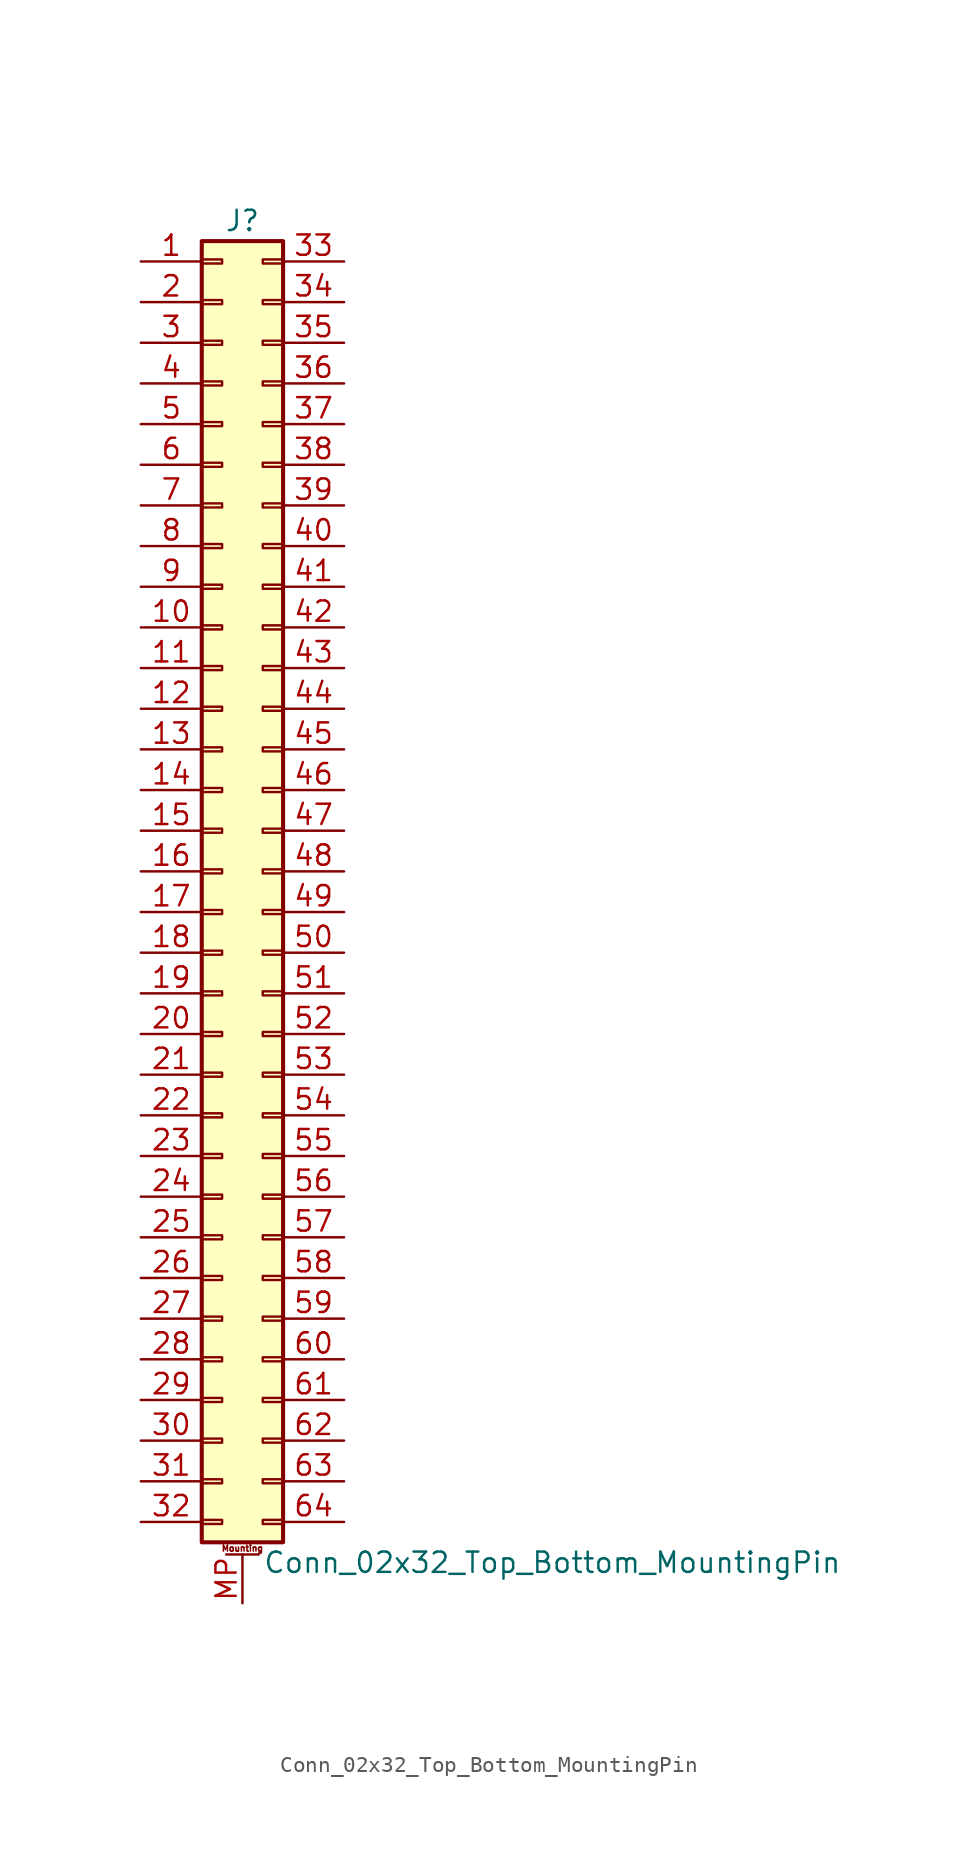
<source format=kicad_sym>
(kicad_symbol_lib
  (version 20201005)
  (generator kicad_symbol_editor)
  (symbol "Conn_02x32_Top_Bottom_MountingPin"
    (pin_names
      (offset 1.016) hide)
    (property "Reference" "J"
      (at 1.27 40.64 0)
      (effects (font (size 1.27 1.27))))
    (property "Value" "Conn_02x32_Top_Bottom_MountingPin"
      (at 2.54 -43.18 0)
      (effects (font (size 1.27 1.27)) (justify left)))
    (symbol "Conn_02x32_Top_Bottom_MountingPin_1_1"
      (text "Mounting" (at 1.27 -42.291 0) (effects (font (size 0.381 0.381))))
      (rectangle (start -1.27 -40.513) (end 0 -40.767) (stroke (width 0.152)) (fill (type none)))
      (rectangle (start -1.27 -37.973) (end 0 -38.227) (stroke (width 0.152)) (fill (type none)))
      (rectangle (start -1.27 -35.433) (end 0 -35.687) (stroke (width 0.152)) (fill (type none)))
      (rectangle (start -1.27 -32.893) (end 0 -33.147) (stroke (width 0.152)) (fill (type none)))
      (rectangle (start -1.27 -30.353) (end 0 -30.607) (stroke (width 0.152)) (fill (type none)))
      (rectangle (start -1.27 -27.813) (end 0 -28.067) (stroke (width 0.152)) (fill (type none)))
      (rectangle (start -1.27 -25.273) (end 0 -25.527) (stroke (width 0.152)) (fill (type none)))
      (rectangle (start -1.27 -22.733) (end 0 -22.987) (stroke (width 0.152)) (fill (type none)))
      (rectangle (start -1.27 -20.193) (end 0 -20.447) (stroke (width 0.152)) (fill (type none)))
      (rectangle (start -1.27 -17.653) (end 0 -17.907) (stroke (width 0.152)) (fill (type none)))
      (rectangle (start -1.27 -15.113) (end 0 -15.367) (stroke (width 0.152)) (fill (type none)))
      (rectangle (start -1.27 -12.573) (end 0 -12.827) (stroke (width 0.152)) (fill (type none)))
      (rectangle (start -1.27 -10.033) (end 0 -10.287) (stroke (width 0.152)) (fill (type none)))
      (rectangle (start -1.27 -7.493) (end 0 -7.747) (stroke (width 0.152)) (fill (type none)))
      (rectangle (start -1.27 -4.953) (end 0 -5.207) (stroke (width 0.152)) (fill (type none)))
      (rectangle (start -1.27 -2.413) (end 0 -2.667) (stroke (width 0.152)) (fill (type none)))
      (rectangle (start -1.27 0.127) (end 0 -0.127) (stroke (width 0.152)) (fill (type none)))
      (rectangle (start -1.27 2.667) (end 0 2.413) (stroke (width 0.152)) (fill (type none)))
      (rectangle (start -1.27 5.207) (end 0 4.953) (stroke (width 0.152)) (fill (type none)))
      (rectangle (start -1.27 7.747) (end 0 7.493) (stroke (width 0.152)) (fill (type none)))
      (rectangle (start -1.27 10.287) (end 0 10.033) (stroke (width 0.152)) (fill (type none)))
      (rectangle (start -1.27 12.827) (end 0 12.573) (stroke (width 0.152)) (fill (type none)))
      (rectangle (start -1.27 15.367) (end 0 15.113) (stroke (width 0.152)) (fill (type none)))
      (rectangle (start -1.27 17.907) (end 0 17.653) (stroke (width 0.152)) (fill (type none)))
      (rectangle (start -1.27 20.447) (end 0 20.193) (stroke (width 0.152)) (fill (type none)))
      (rectangle (start -1.27 22.987) (end 0 22.733) (stroke (width 0.152)) (fill (type none)))
      (rectangle (start -1.27 25.527) (end 0 25.273) (stroke (width 0.152)) (fill (type none)))
      (rectangle (start -1.27 28.067) (end 0 27.813) (stroke (width 0.152)) (fill (type none)))
      (rectangle (start -1.27 30.607) (end 0 30.353) (stroke (width 0.152)) (fill (type none)))
      (rectangle (start -1.27 33.147) (end 0 32.893) (stroke (width 0.152)) (fill (type none)))
      (rectangle (start -1.27 35.687) (end 0 35.433) (stroke (width 0.152)) (fill (type none)))
      (rectangle (start -1.27 38.227) (end 0 37.973) (stroke (width 0.152)) (fill (type none)))
      (rectangle (start -1.27 39.37) (end 3.81 -41.91) (stroke (width 0.254)) (fill (type background)))
      (rectangle (start 3.81 -40.513) (end 2.54 -40.767) (stroke (width 0.152)) (fill (type none)))
      (rectangle (start 3.81 -37.973) (end 2.54 -38.227) (stroke (width 0.152)) (fill (type none)))
      (rectangle (start 3.81 -35.433) (end 2.54 -35.687) (stroke (width 0.152)) (fill (type none)))
      (rectangle (start 3.81 -32.893) (end 2.54 -33.147) (stroke (width 0.152)) (fill (type none)))
      (rectangle (start 3.81 -30.353) (end 2.54 -30.607) (stroke (width 0.152)) (fill (type none)))
      (rectangle (start 3.81 -27.813) (end 2.54 -28.067) (stroke (width 0.152)) (fill (type none)))
      (rectangle (start 3.81 -25.273) (end 2.54 -25.527) (stroke (width 0.152)) (fill (type none)))
      (rectangle (start 3.81 -22.733) (end 2.54 -22.987) (stroke (width 0.152)) (fill (type none)))
      (rectangle (start 3.81 -20.193) (end 2.54 -20.447) (stroke (width 0.152)) (fill (type none)))
      (rectangle (start 3.81 -17.653) (end 2.54 -17.907) (stroke (width 0.152)) (fill (type none)))
      (rectangle (start 3.81 -15.113) (end 2.54 -15.367) (stroke (width 0.152)) (fill (type none)))
      (rectangle (start 3.81 -12.573) (end 2.54 -12.827) (stroke (width 0.152)) (fill (type none)))
      (rectangle (start 3.81 -10.033) (end 2.54 -10.287) (stroke (width 0.152)) (fill (type none)))
      (rectangle (start 3.81 -7.493) (end 2.54 -7.747) (stroke (width 0.152)) (fill (type none)))
      (rectangle (start 3.81 -4.953) (end 2.54 -5.207) (stroke (width 0.152)) (fill (type none)))
      (rectangle (start 3.81 -2.413) (end 2.54 -2.667) (stroke (width 0.152)) (fill (type none)))
      (rectangle (start 3.81 0.127) (end 2.54 -0.127) (stroke (width 0.152)) (fill (type none)))
      (rectangle (start 3.81 2.667) (end 2.54 2.413) (stroke (width 0.152)) (fill (type none)))
      (rectangle (start 3.81 5.207) (end 2.54 4.953) (stroke (width 0.152)) (fill (type none)))
      (rectangle (start 3.81 7.747) (end 2.54 7.493) (stroke (width 0.152)) (fill (type none)))
      (rectangle (start 3.81 10.287) (end 2.54 10.033) (stroke (width 0.152)) (fill (type none)))
      (rectangle (start 3.81 12.827) (end 2.54 12.573) (stroke (width 0.152)) (fill (type none)))
      (rectangle (start 3.81 15.367) (end 2.54 15.113) (stroke (width 0.152)) (fill (type none)))
      (rectangle (start 3.81 17.907) (end 2.54 17.653) (stroke (width 0.152)) (fill (type none)))
      (rectangle (start 3.81 20.447) (end 2.54 20.193) (stroke (width 0.152)) (fill (type none)))
      (rectangle (start 3.81 22.987) (end 2.54 22.733) (stroke (width 0.152)) (fill (type none)))
      (rectangle (start 3.81 25.527) (end 2.54 25.273) (stroke (width 0.152)) (fill (type none)))
      (rectangle (start 3.81 28.067) (end 2.54 27.813) (stroke (width 0.152)) (fill (type none)))
      (rectangle (start 3.81 30.607) (end 2.54 30.353) (stroke (width 0.152)) (fill (type none)))
      (rectangle (start 3.81 33.147) (end 2.54 32.893) (stroke (width 0.152)) (fill (type none)))
      (rectangle (start 3.81 35.687) (end 2.54 35.433) (stroke (width 0.152)) (fill (type none)))
      (rectangle (start 3.81 38.227) (end 2.54 37.973) (stroke (width 0.152)) (fill (type none)))
      (polyline (pts (xy 0.254 -42.672) (xy 2.286 -42.672)) (stroke (width 0.152)) (fill (type none)))
      (pin passive line (at -5.08 38.1 0) (length 3.81) (name "Pin_1" (effects (font (size 1.27 1.27)))) (number "1" (effects (font (size 1.27 1.27)))))
      (pin passive line (at -5.08 15.24 0) (length 3.81) (name "Pin_10" (effects (font (size 1.27 1.27)))) (number "10" (effects (font (size 1.27 1.27)))))
      (pin passive line (at -5.08 12.7 0) (length 3.81) (name "Pin_11" (effects (font (size 1.27 1.27)))) (number "11" (effects (font (size 1.27 1.27)))))
      (pin passive line (at -5.08 10.16 0) (length 3.81) (name "Pin_12" (effects (font (size 1.27 1.27)))) (number "12" (effects (font (size 1.27 1.27)))))
      (pin passive line (at -5.08 7.62 0) (length 3.81) (name "Pin_13" (effects (font (size 1.27 1.27)))) (number "13" (effects (font (size 1.27 1.27)))))
      (pin passive line (at -5.08 5.08 0) (length 3.81) (name "Pin_14" (effects (font (size 1.27 1.27)))) (number "14" (effects (font (size 1.27 1.27)))))
      (pin passive line (at -5.08 2.54 0) (length 3.81) (name "Pin_15" (effects (font (size 1.27 1.27)))) (number "15" (effects (font (size 1.27 1.27)))))
      (pin passive line (at -5.08 0 0) (length 3.81) (name "Pin_16" (effects (font (size 1.27 1.27)))) (number "16" (effects (font (size 1.27 1.27)))))
      (pin passive line (at -5.08 -2.54 0) (length 3.81) (name "Pin_17" (effects (font (size 1.27 1.27)))) (number "17" (effects (font (size 1.27 1.27)))))
      (pin passive line (at -5.08 -5.08 0) (length 3.81) (name "Pin_18" (effects (font (size 1.27 1.27)))) (number "18" (effects (font (size 1.27 1.27)))))
      (pin passive line (at -5.08 -7.62 0) (length 3.81) (name "Pin_19" (effects (font (size 1.27 1.27)))) (number "19" (effects (font (size 1.27 1.27)))))
      (pin passive line (at -5.08 35.56 0) (length 3.81) (name "Pin_2" (effects (font (size 1.27 1.27)))) (number "2" (effects (font (size 1.27 1.27)))))
      (pin passive line (at -5.08 -10.16 0) (length 3.81) (name "Pin_20" (effects (font (size 1.27 1.27)))) (number "20" (effects (font (size 1.27 1.27)))))
      (pin passive line (at -5.08 -12.7 0) (length 3.81) (name "Pin_21" (effects (font (size 1.27 1.27)))) (number "21" (effects (font (size 1.27 1.27)))))
      (pin passive line (at -5.08 -15.24 0) (length 3.81) (name "Pin_22" (effects (font (size 1.27 1.27)))) (number "22" (effects (font (size 1.27 1.27)))))
      (pin passive line (at -5.08 -17.78 0) (length 3.81) (name "Pin_23" (effects (font (size 1.27 1.27)))) (number "23" (effects (font (size 1.27 1.27)))))
      (pin passive line (at -5.08 -20.32 0) (length 3.81) (name "Pin_24" (effects (font (size 1.27 1.27)))) (number "24" (effects (font (size 1.27 1.27)))))
      (pin passive line (at -5.08 -22.86 0) (length 3.81) (name "Pin_25" (effects (font (size 1.27 1.27)))) (number "25" (effects (font (size 1.27 1.27)))))
      (pin passive line (at -5.08 -25.4 0) (length 3.81) (name "Pin_26" (effects (font (size 1.27 1.27)))) (number "26" (effects (font (size 1.27 1.27)))))
      (pin passive line (at -5.08 -27.94 0) (length 3.81) (name "Pin_27" (effects (font (size 1.27 1.27)))) (number "27" (effects (font (size 1.27 1.27)))))
      (pin passive line (at -5.08 -30.48 0) (length 3.81) (name "Pin_28" (effects (font (size 1.27 1.27)))) (number "28" (effects (font (size 1.27 1.27)))))
      (pin passive line (at -5.08 -33.02 0) (length 3.81) (name "Pin_29" (effects (font (size 1.27 1.27)))) (number "29" (effects (font (size 1.27 1.27)))))
      (pin passive line (at -5.08 33.02 0) (length 3.81) (name "Pin_3" (effects (font (size 1.27 1.27)))) (number "3" (effects (font (size 1.27 1.27)))))
      (pin passive line (at -5.08 -35.56 0) (length 3.81) (name "Pin_30" (effects (font (size 1.27 1.27)))) (number "30" (effects (font (size 1.27 1.27)))))
      (pin passive line (at -5.08 -38.1 0) (length 3.81) (name "Pin_31" (effects (font (size 1.27 1.27)))) (number "31" (effects (font (size 1.27 1.27)))))
      (pin passive line (at -5.08 -40.64 0) (length 3.81) (name "Pin_32" (effects (font (size 1.27 1.27)))) (number "32" (effects (font (size 1.27 1.27)))))
      (pin passive line (at 7.62 38.1 180) (length 3.81) (name "Pin_33" (effects (font (size 1.27 1.27)))) (number "33" (effects (font (size 1.27 1.27)))))
      (pin passive line (at 7.62 35.56 180) (length 3.81) (name "Pin_34" (effects (font (size 1.27 1.27)))) (number "34" (effects (font (size 1.27 1.27)))))
      (pin passive line (at 7.62 33.02 180) (length 3.81) (name "Pin_35" (effects (font (size 1.27 1.27)))) (number "35" (effects (font (size 1.27 1.27)))))
      (pin passive line (at 7.62 30.48 180) (length 3.81) (name "Pin_36" (effects (font (size 1.27 1.27)))) (number "36" (effects (font (size 1.27 1.27)))))
      (pin passive line (at 7.62 27.94 180) (length 3.81) (name "Pin_37" (effects (font (size 1.27 1.27)))) (number "37" (effects (font (size 1.27 1.27)))))
      (pin passive line (at 7.62 25.4 180) (length 3.81) (name "Pin_38" (effects (font (size 1.27 1.27)))) (number "38" (effects (font (size 1.27 1.27)))))
      (pin passive line (at 7.62 22.86 180) (length 3.81) (name "Pin_39" (effects (font (size 1.27 1.27)))) (number "39" (effects (font (size 1.27 1.27)))))
      (pin passive line (at -5.08 30.48 0) (length 3.81) (name "Pin_4" (effects (font (size 1.27 1.27)))) (number "4" (effects (font (size 1.27 1.27)))))
      (pin passive line (at 7.62 20.32 180) (length 3.81) (name "Pin_40" (effects (font (size 1.27 1.27)))) (number "40" (effects (font (size 1.27 1.27)))))
      (pin passive line (at 7.62 17.78 180) (length 3.81) (name "Pin_41" (effects (font (size 1.27 1.27)))) (number "41" (effects (font (size 1.27 1.27)))))
      (pin passive line (at 7.62 15.24 180) (length 3.81) (name "Pin_42" (effects (font (size 1.27 1.27)))) (number "42" (effects (font (size 1.27 1.27)))))
      (pin passive line (at 7.62 12.7 180) (length 3.81) (name "Pin_43" (effects (font (size 1.27 1.27)))) (number "43" (effects (font (size 1.27 1.27)))))
      (pin passive line (at 7.62 10.16 180) (length 3.81) (name "Pin_44" (effects (font (size 1.27 1.27)))) (number "44" (effects (font (size 1.27 1.27)))))
      (pin passive line (at 7.62 7.62 180) (length 3.81) (name "Pin_45" (effects (font (size 1.27 1.27)))) (number "45" (effects (font (size 1.27 1.27)))))
      (pin passive line (at 7.62 5.08 180) (length 3.81) (name "Pin_46" (effects (font (size 1.27 1.27)))) (number "46" (effects (font (size 1.27 1.27)))))
      (pin passive line (at 7.62 2.54 180) (length 3.81) (name "Pin_47" (effects (font (size 1.27 1.27)))) (number "47" (effects (font (size 1.27 1.27)))))
      (pin passive line (at 7.62 0 180) (length 3.81) (name "Pin_48" (effects (font (size 1.27 1.27)))) (number "48" (effects (font (size 1.27 1.27)))))
      (pin passive line (at 7.62 -2.54 180) (length 3.81) (name "Pin_49" (effects (font (size 1.27 1.27)))) (number "49" (effects (font (size 1.27 1.27)))))
      (pin passive line (at -5.08 27.94 0) (length 3.81) (name "Pin_5" (effects (font (size 1.27 1.27)))) (number "5" (effects (font (size 1.27 1.27)))))
      (pin passive line (at 7.62 -5.08 180) (length 3.81) (name "Pin_50" (effects (font (size 1.27 1.27)))) (number "50" (effects (font (size 1.27 1.27)))))
      (pin passive line (at 7.62 -7.62 180) (length 3.81) (name "Pin_51" (effects (font (size 1.27 1.27)))) (number "51" (effects (font (size 1.27 1.27)))))
      (pin passive line (at 7.62 -10.16 180) (length 3.81) (name "Pin_52" (effects (font (size 1.27 1.27)))) (number "52" (effects (font (size 1.27 1.27)))))
      (pin passive line (at 7.62 -12.7 180) (length 3.81) (name "Pin_53" (effects (font (size 1.27 1.27)))) (number "53" (effects (font (size 1.27 1.27)))))
      (pin passive line (at 7.62 -15.24 180) (length 3.81) (name "Pin_54" (effects (font (size 1.27 1.27)))) (number "54" (effects (font (size 1.27 1.27)))))
      (pin passive line (at 7.62 -17.78 180) (length 3.81) (name "Pin_55" (effects (font (size 1.27 1.27)))) (number "55" (effects (font (size 1.27 1.27)))))
      (pin passive line (at 7.62 -20.32 180) (length 3.81) (name "Pin_56" (effects (font (size 1.27 1.27)))) (number "56" (effects (font (size 1.27 1.27)))))
      (pin passive line (at 7.62 -22.86 180) (length 3.81) (name "Pin_57" (effects (font (size 1.27 1.27)))) (number "57" (effects (font (size 1.27 1.27)))))
      (pin passive line (at 7.62 -25.4 180) (length 3.81) (name "Pin_58" (effects (font (size 1.27 1.27)))) (number "58" (effects (font (size 1.27 1.27)))))
      (pin passive line (at 7.62 -27.94 180) (length 3.81) (name "Pin_59" (effects (font (size 1.27 1.27)))) (number "59" (effects (font (size 1.27 1.27)))))
      (pin passive line (at -5.08 25.4 0) (length 3.81) (name "Pin_6" (effects (font (size 1.27 1.27)))) (number "6" (effects (font (size 1.27 1.27)))))
      (pin passive line (at 7.62 -30.48 180) (length 3.81) (name "Pin_60" (effects (font (size 1.27 1.27)))) (number "60" (effects (font (size 1.27 1.27)))))
      (pin passive line (at 7.62 -33.02 180) (length 3.81) (name "Pin_61" (effects (font (size 1.27 1.27)))) (number "61" (effects (font (size 1.27 1.27)))))
      (pin passive line (at 7.62 -35.56 180) (length 3.81) (name "Pin_62" (effects (font (size 1.27 1.27)))) (number "62" (effects (font (size 1.27 1.27)))))
      (pin passive line (at 7.62 -38.1 180) (length 3.81) (name "Pin_63" (effects (font (size 1.27 1.27)))) (number "63" (effects (font (size 1.27 1.27)))))
      (pin passive line (at 7.62 -40.64 180) (length 3.81) (name "Pin_64" (effects (font (size 1.27 1.27)))) (number "64" (effects (font (size 1.27 1.27)))))
      (pin passive line (at -5.08 22.86 0) (length 3.81) (name "Pin_7" (effects (font (size 1.27 1.27)))) (number "7" (effects (font (size 1.27 1.27)))))
      (pin passive line (at -5.08 20.32 0) (length 3.81) (name "Pin_8" (effects (font (size 1.27 1.27)))) (number "8" (effects (font (size 1.27 1.27)))))
      (pin passive line (at -5.08 17.78 0) (length 3.81) (name "Pin_9" (effects (font (size 1.27 1.27)))) (number "9" (effects (font (size 1.27 1.27)))))
      (pin passive line (at 1.27 -45.72 90) (length 3.048) (name "MountPin" (effects (font (size 1.27 1.27)))) (number "MP" (effects (font (size 1.27 1.27))))))))
</source>
